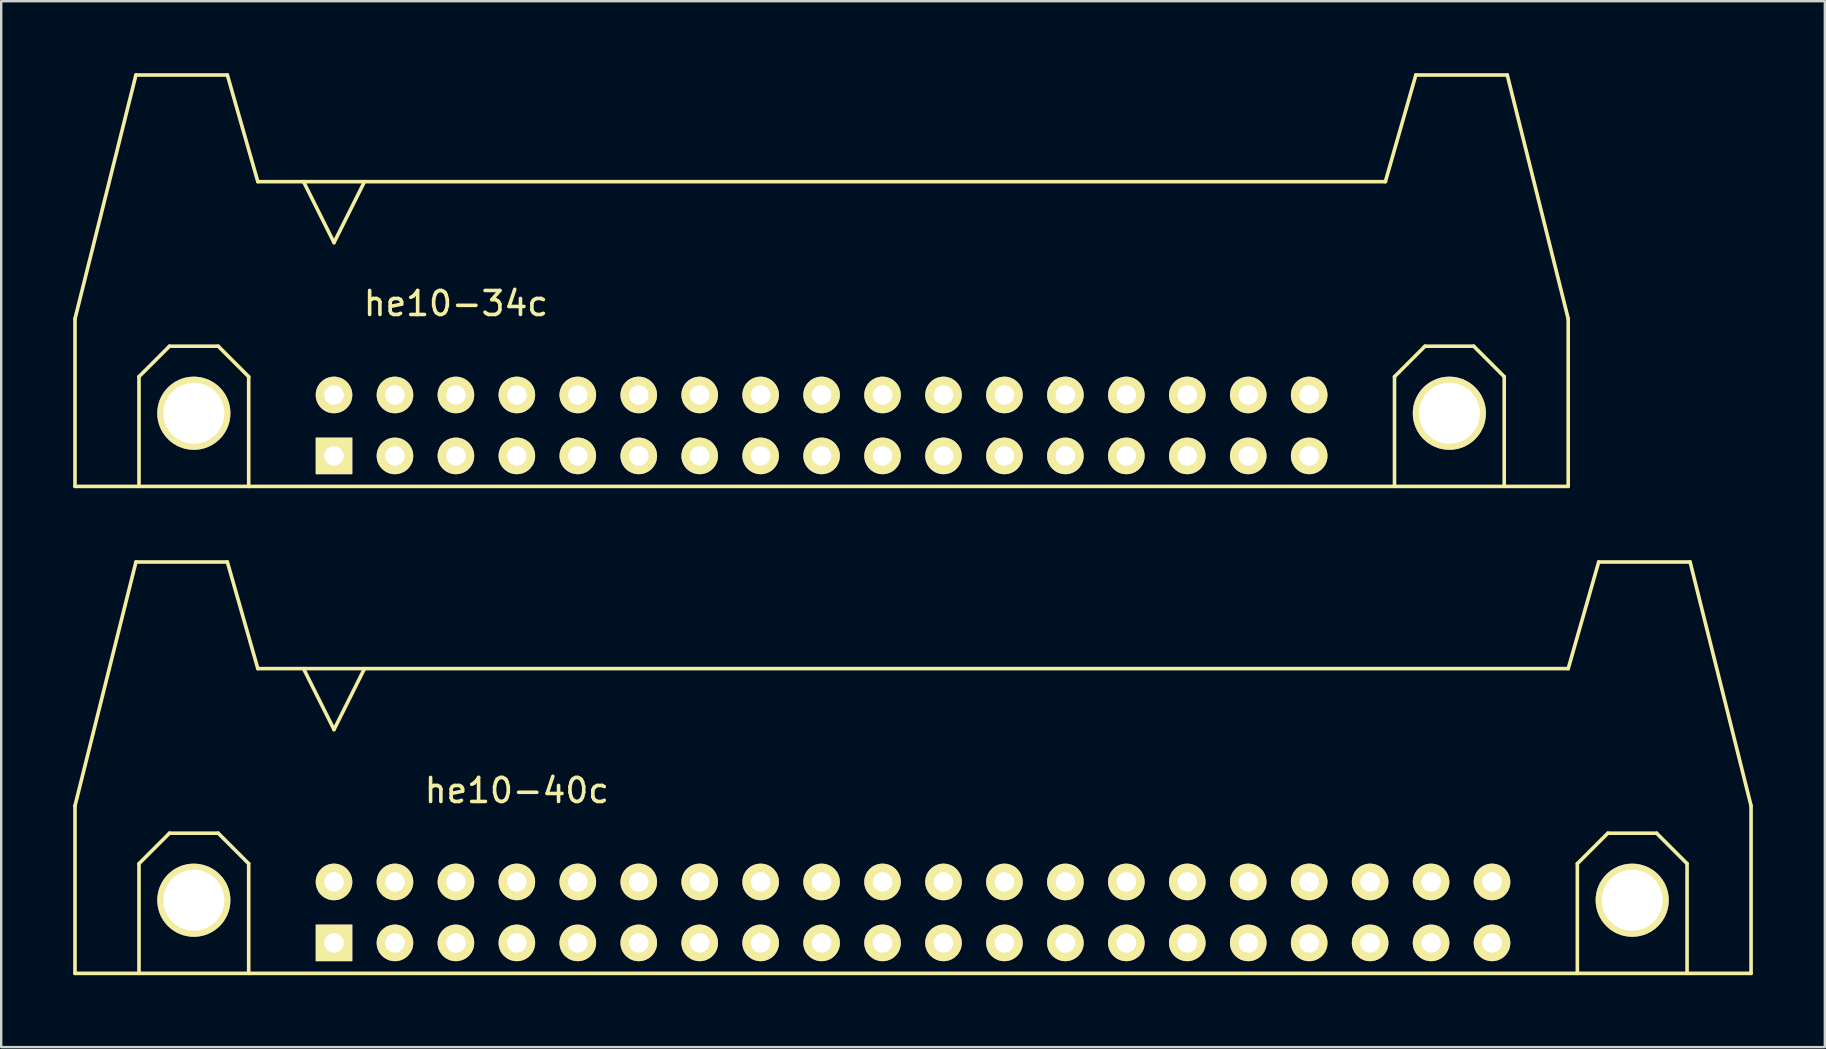
<source format=kicad_pcb>
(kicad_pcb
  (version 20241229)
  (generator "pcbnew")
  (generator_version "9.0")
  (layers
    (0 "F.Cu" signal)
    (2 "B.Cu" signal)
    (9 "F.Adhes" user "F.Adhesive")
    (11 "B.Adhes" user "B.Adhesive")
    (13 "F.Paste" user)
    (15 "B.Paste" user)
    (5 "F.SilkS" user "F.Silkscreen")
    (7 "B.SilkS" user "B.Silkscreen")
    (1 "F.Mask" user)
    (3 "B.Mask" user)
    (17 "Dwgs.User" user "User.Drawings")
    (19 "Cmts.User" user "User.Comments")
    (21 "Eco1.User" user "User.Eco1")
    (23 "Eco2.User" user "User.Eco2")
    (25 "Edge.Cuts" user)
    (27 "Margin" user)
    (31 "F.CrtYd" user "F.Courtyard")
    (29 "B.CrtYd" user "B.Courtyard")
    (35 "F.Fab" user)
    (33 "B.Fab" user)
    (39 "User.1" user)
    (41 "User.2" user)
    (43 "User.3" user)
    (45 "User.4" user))
  (footprint "he10-34c"
    (layer "F.Cu")
    (at 31.19 14.68)
    (property "Reference" "he10-34c" (at -15.24 -5.08 0) (layer "F.SilkS") (effects (font (size 1 1) (thickness 0.15))))
    (attr through_hole)
    (fp_line (start -31.115 -4.445) (end -31.115 2.54) (stroke (width 0.15) (type solid)) (layer "F.SilkS"))
    (fp_line (start -31.115 2.54) (end 31.115 2.54) (stroke (width 0.15) (type solid)) (layer "F.SilkS"))
    (fp_line (start -28.575 -14.605) (end -31.115 -4.445) (stroke (width 0.15) (type solid)) (layer "F.SilkS"))
    (fp_line (start -28.575 -14.605) (end -24.765 -14.605) (stroke (width 0.15) (type solid)) (layer "F.SilkS"))
    (fp_line (start -28.448 -2.032) (end -27.178 -3.302) (stroke (width 0.15) (type solid)) (layer "F.SilkS"))
    (fp_line (start -28.448 2.54) (end -28.448 -2.032) (stroke (width 0.15) (type solid)) (layer "F.SilkS"))
    (fp_line (start -27.178 -3.302) (end -25.146 -3.302) (stroke (width 0.15) (type solid)) (layer "F.SilkS"))
    (fp_line (start -25.146 -3.302) (end -23.876 -2.032) (stroke (width 0.15) (type solid)) (layer "F.SilkS"))
    (fp_line (start -24.765 -14.605) (end -23.495 -10.16) (stroke (width 0.15) (type solid)) (layer "F.SilkS"))
    (fp_line (start -23.876 2.54) (end -23.876 -2.032) (stroke (width 0.15) (type solid)) (layer "F.SilkS"))
    (fp_line (start -23.495 -10.16) (end 23.495 -10.16) (stroke (width 0.15) (type solid)) (layer "F.SilkS"))
    (fp_line (start -21.59 -10.16) (end -20.32 -7.62) (stroke (width 0.15) (type solid)) (layer "F.SilkS"))
    (fp_line (start -20.32 -7.62) (end -19.05 -10.16) (stroke (width 0.15) (type solid)) (layer "F.SilkS"))
    (fp_line (start 23.876 -2.032) (end 25.146 -3.302) (stroke (width 0.15) (type solid)) (layer "F.SilkS"))
    (fp_line (start 23.876 2.54) (end 23.876 -2.032) (stroke (width 0.15) (type solid)) (layer "F.SilkS"))
    (fp_line (start 24.765 -14.605) (end 23.495 -10.16) (stroke (width 0.15) (type solid)) (layer "F.SilkS"))
    (fp_line (start 25.146 -3.302) (end 27.178 -3.302) (stroke (width 0.15) (type solid)) (layer "F.SilkS"))
    (fp_line (start 27.178 -3.302) (end 28.448 -2.032) (stroke (width 0.15) (type solid)) (layer "F.SilkS"))
    (fp_line (start 28.448 -2.032) (end 28.448 2.54) (stroke (width 0.15) (type solid)) (layer "F.SilkS"))
    (fp_line (start 28.575 -14.605) (end 24.765 -14.605) (stroke (width 0.15) (type solid)) (layer "F.SilkS"))
    (fp_line (start 31.115 -4.445) (end 28.575 -14.605) (stroke (width 0.15) (type solid)) (layer "F.SilkS"))
    (fp_line (start 31.115 2.54) (end 31.115 -4.445) (stroke (width 0.15) (type solid)) (layer "F.SilkS"))
    (pad "0" thru_hole circle (at -26.162 -0.508) (size 3.048 3.048) (drill 2.54) (layers "*.Cu" "*.Mask" "F.SilkS"))
    (pad "0" thru_hole circle (at 26.162 -0.508) (size 3.048 3.048) (drill 2.54) (layers "*.Cu" "*.Mask" "F.SilkS"))
    (pad "1" thru_hole rect (at -20.32 1.27) (size 1.524 1.524) (drill 0.813) (layers "*.Cu" "*.Mask" "F.SilkS"))
    (pad "2" thru_hole circle (at -20.32 -1.27) (size 1.524 1.524) (drill 0.813) (layers "*.Cu" "*.Mask" "F.SilkS"))
    (pad "3" thru_hole circle (at -17.78 1.27) (size 1.524 1.524) (drill 0.813) (layers "*.Cu" "*.Mask" "F.SilkS"))
    (pad "4" thru_hole circle (at -17.78 -1.27) (size 1.524 1.524) (drill 0.813) (layers "*.Cu" "*.Mask" "F.SilkS"))
    (pad "5" thru_hole circle (at -15.24 1.27) (size 1.524 1.524) (drill 0.813) (layers "*.Cu" "*.Mask" "F.SilkS"))
    (pad "6" thru_hole circle (at -15.24 -1.27) (size 1.524 1.524) (drill 0.813) (layers "*.Cu" "*.Mask" "F.SilkS"))
    (pad "7" thru_hole circle (at -12.7 1.27) (size 1.524 1.524) (drill 0.813) (layers "*.Cu" "*.Mask" "F.SilkS"))
    (pad "8" thru_hole circle (at -12.7 -1.27) (size 1.524 1.524) (drill 0.813) (layers "*.Cu" "*.Mask" "F.SilkS"))
    (pad "9" thru_hole circle (at -10.16 1.27) (size 1.524 1.524) (drill 0.813) (layers "*.Cu" "*.Mask" "F.SilkS"))
    (pad "10" thru_hole circle (at -10.16 -1.27) (size 1.524 1.524) (drill 0.813) (layers "*.Cu" "*.Mask" "F.SilkS"))
    (pad "11" thru_hole circle (at -7.62 1.27) (size 1.524 1.524) (drill 0.813) (layers "*.Cu" "*.Mask" "F.SilkS"))
    (pad "12" thru_hole circle (at -7.62 -1.27) (size 1.524 1.524) (drill 0.813) (layers "*.Cu" "*.Mask" "F.SilkS"))
    (pad "13" thru_hole circle (at -5.08 1.27) (size 1.524 1.524) (drill 0.813) (layers "*.Cu" "*.Mask" "F.SilkS"))
    (pad "14" thru_hole circle (at -5.08 -1.27) (size 1.524 1.524) (drill 0.813) (layers "*.Cu" "*.Mask" "F.SilkS"))
    (pad "15" thru_hole circle (at -2.54 1.27) (size 1.524 1.524) (drill 0.813) (layers "*.Cu" "*.Mask" "F.SilkS"))
    (pad "16" thru_hole circle (at -2.54 -1.27) (size 1.524 1.524) (drill 0.813) (layers "*.Cu" "*.Mask" "F.SilkS"))
    (pad "17" thru_hole circle (at 0 1.27) (size 1.524 1.524) (drill 0.813) (layers "*.Cu" "*.Mask" "F.SilkS"))
    (pad "18" thru_hole circle (at 0 -1.27) (size 1.524 1.524) (drill 0.813) (layers "*.Cu" "*.Mask" "F.SilkS"))
    (pad "19" thru_hole circle (at 2.54 1.27) (size 1.524 1.524) (drill 0.813) (layers "*.Cu" "*.Mask" "F.SilkS"))
    (pad "20" thru_hole circle (at 2.54 -1.27) (size 1.524 1.524) (drill 0.813) (layers "*.Cu" "*.Mask" "F.SilkS"))
    (pad "21" thru_hole circle (at 5.08 1.27) (size 1.524 1.524) (drill 0.813) (layers "*.Cu" "*.Mask" "F.SilkS"))
    (pad "22" thru_hole circle (at 5.08 -1.27) (size 1.524 1.524) (drill 0.813) (layers "*.Cu" "*.Mask" "F.SilkS"))
    (pad "23" thru_hole circle (at 7.62 1.27) (size 1.524 1.524) (drill 0.813) (layers "*.Cu" "*.Mask" "F.SilkS"))
    (pad "24" thru_hole circle (at 7.62 -1.27) (size 1.524 1.524) (drill 0.813) (layers "*.Cu" "*.Mask" "F.SilkS"))
    (pad "25" thru_hole circle (at 10.16 1.27) (size 1.524 1.524) (drill 0.813) (layers "*.Cu" "*.Mask" "F.SilkS"))
    (pad "26" thru_hole circle (at 10.16 -1.27) (size 1.524 1.524) (drill 0.813) (layers "*.Cu" "*.Mask" "F.SilkS"))
    (pad "27" thru_hole circle (at 12.7 1.27) (size 1.524 1.524) (drill 0.813) (layers "*.Cu" "*.Mask" "F.SilkS"))
    (pad "28" thru_hole circle (at 12.7 -1.27) (size 1.524 1.524) (drill 0.813) (layers "*.Cu" "*.Mask" "F.SilkS"))
    (pad "29" thru_hole circle (at 15.24 1.27) (size 1.524 1.524) (drill 0.813) (layers "*.Cu" "*.Mask" "F.SilkS"))
    (pad "30" thru_hole circle (at 15.24 -1.27) (size 1.524 1.524) (drill 0.813) (layers "*.Cu" "*.Mask" "F.SilkS"))
    (pad "31" thru_hole circle (at 17.78 1.27) (size 1.524 1.524) (drill 0.813) (layers "*.Cu" "*.Mask" "F.SilkS"))
    (pad "32" thru_hole circle (at 17.78 -1.27) (size 1.524 1.524) (drill 0.813) (layers "*.Cu" "*.Mask" "F.SilkS"))
    (pad "33" thru_hole circle (at 20.32 1.27) (size 1.524 1.524) (drill 0.813) (layers "*.Cu" "*.Mask" "F.SilkS"))
    (pad "34" thru_hole circle (at 20.32 -1.27) (size 1.524 1.524) (drill 0.813) (layers "*.Cu" "*.Mask" "F.SilkS")))
  (footprint "he10-40c"
    (layer "F.Cu")
    (at 35 34.975)
    (property "Reference" "he10-40c" (at -16.51 -5.08 0) (layer "F.SilkS") (effects (font (size 1 1) (thickness 0.15))))
    (attr through_hole)
    (fp_line (start -34.925 -4.445) (end -34.925 2.54) (stroke (width 0.15) (type solid)) (layer "F.SilkS"))
    (fp_line (start -34.925 2.54) (end 34.925 2.54) (stroke (width 0.15) (type solid)) (layer "F.SilkS"))
    (fp_line (start -32.385 -14.605) (end -34.925 -4.445) (stroke (width 0.15) (type solid)) (layer "F.SilkS"))
    (fp_line (start -32.385 -14.605) (end -28.575 -14.605) (stroke (width 0.15) (type solid)) (layer "F.SilkS"))
    (fp_line (start -32.258 -2.032) (end -30.988 -3.302) (stroke (width 0.15) (type solid)) (layer "F.SilkS"))
    (fp_line (start -32.258 2.54) (end -32.258 -2.032) (stroke (width 0.15) (type solid)) (layer "F.SilkS"))
    (fp_line (start -30.988 -3.302) (end -28.956 -3.302) (stroke (width 0.15) (type solid)) (layer "F.SilkS"))
    (fp_line (start -28.956 -3.302) (end -27.686 -2.032) (stroke (width 0.15) (type solid)) (layer "F.SilkS"))
    (fp_line (start -28.575 -14.605) (end -27.305 -10.16) (stroke (width 0.15) (type solid)) (layer "F.SilkS"))
    (fp_line (start -27.686 -2.032) (end -27.686 2.54) (stroke (width 0.15) (type solid)) (layer "F.SilkS"))
    (fp_line (start -25.4 -10.16) (end -24.13 -7.62) (stroke (width 0.15) (type solid)) (layer "F.SilkS"))
    (fp_line (start -24.13 -7.62) (end -22.86 -10.16) (stroke (width 0.15) (type solid)) (layer "F.SilkS"))
    (fp_line (start 27.305 -10.16) (end -27.305 -10.16) (stroke (width 0.15) (type solid)) (layer "F.SilkS"))
    (fp_line (start 27.686 -2.032) (end 28.956 -3.302) (stroke (width 0.15) (type solid)) (layer "F.SilkS"))
    (fp_line (start 27.686 2.54) (end 27.686 -2.032) (stroke (width 0.15) (type solid)) (layer "F.SilkS"))
    (fp_line (start 28.575 -14.605) (end 27.305 -10.16) (stroke (width 0.15) (type solid)) (layer "F.SilkS"))
    (fp_line (start 28.956 -3.302) (end 30.988 -3.302) (stroke (width 0.15) (type solid)) (layer "F.SilkS"))
    (fp_line (start 30.988 -3.302) (end 32.258 -2.032) (stroke (width 0.15) (type solid)) (layer "F.SilkS"))
    (fp_line (start 32.258 -2.032) (end 32.258 2.54) (stroke (width 0.15) (type solid)) (layer "F.SilkS"))
    (fp_line (start 32.385 -14.605) (end 28.575 -14.605) (stroke (width 0.15) (type solid)) (layer "F.SilkS"))
    (fp_line (start 34.925 -4.445) (end 32.385 -14.605) (stroke (width 0.15) (type solid)) (layer "F.SilkS"))
    (fp_line (start 34.925 2.54) (end 34.925 -4.445) (stroke (width 0.15) (type solid)) (layer "F.SilkS"))
    (pad "0" thru_hole circle (at -29.972 -0.508) (size 3.048 3.048) (drill 2.54) (layers "*.Cu" "*.Mask" "F.SilkS"))
    (pad "0" thru_hole circle (at 29.972 -0.508) (size 3.048 3.048) (drill 2.54) (layers "*.Cu" "*.Mask" "F.SilkS"))
    (pad "1" thru_hole rect (at -24.13 1.27) (size 1.524 1.524) (drill 0.813) (layers "*.Cu" "*.Mask" "F.SilkS"))
    (pad "2" thru_hole circle (at -24.13 -1.27) (size 1.524 1.524) (drill 0.813) (layers "*.Cu" "*.Mask" "F.SilkS"))
    (pad "3" thru_hole circle (at -21.59 1.27) (size 1.524 1.524) (drill 0.813) (layers "*.Cu" "*.Mask" "F.SilkS"))
    (pad "4" thru_hole circle (at -21.59 -1.27) (size 1.524 1.524) (drill 0.813) (layers "*.Cu" "*.Mask" "F.SilkS"))
    (pad "5" thru_hole circle (at -19.05 1.27) (size 1.524 1.524) (drill 0.813) (layers "*.Cu" "*.Mask" "F.SilkS"))
    (pad "6" thru_hole circle (at -19.05 -1.27) (size 1.524 1.524) (drill 0.813) (layers "*.Cu" "*.Mask" "F.SilkS"))
    (pad "7" thru_hole circle (at -16.51 1.27) (size 1.524 1.524) (drill 0.813) (layers "*.Cu" "*.Mask" "F.SilkS"))
    (pad "8" thru_hole circle (at -16.51 -1.27) (size 1.524 1.524) (drill 0.813) (layers "*.Cu" "*.Mask" "F.SilkS"))
    (pad "9" thru_hole circle (at -13.97 1.27) (size 1.524 1.524) (drill 0.813) (layers "*.Cu" "*.Mask" "F.SilkS"))
    (pad "10" thru_hole circle (at -13.97 -1.27) (size 1.524 1.524) (drill 0.813) (layers "*.Cu" "*.Mask" "F.SilkS"))
    (pad "11" thru_hole circle (at -11.43 1.27) (size 1.524 1.524) (drill 0.813) (layers "*.Cu" "*.Mask" "F.SilkS"))
    (pad "12" thru_hole circle (at -11.43 -1.27) (size 1.524 1.524) (drill 0.813) (layers "*.Cu" "*.Mask" "F.SilkS"))
    (pad "13" thru_hole circle (at -8.89 1.27) (size 1.524 1.524) (drill 0.813) (layers "*.Cu" "*.Mask" "F.SilkS"))
    (pad "14" thru_hole circle (at -8.89 -1.27) (size 1.524 1.524) (drill 0.813) (layers "*.Cu" "*.Mask" "F.SilkS"))
    (pad "15" thru_hole circle (at -6.35 1.27) (size 1.524 1.524) (drill 0.813) (layers "*.Cu" "*.Mask" "F.SilkS"))
    (pad "16" thru_hole circle (at -6.35 -1.27) (size 1.524 1.524) (drill 0.813) (layers "*.Cu" "*.Mask" "F.SilkS"))
    (pad "17" thru_hole circle (at -3.81 1.27) (size 1.524 1.524) (drill 0.813) (layers "*.Cu" "*.Mask" "F.SilkS"))
    (pad "18" thru_hole circle (at -3.81 -1.27) (size 1.524 1.524) (drill 0.813) (layers "*.Cu" "*.Mask" "F.SilkS"))
    (pad "19" thru_hole circle (at -1.27 1.27) (size 1.524 1.524) (drill 0.813) (layers "*.Cu" "*.Mask" "F.SilkS"))
    (pad "20" thru_hole circle (at -1.27 -1.27) (size 1.524 1.524) (drill 0.813) (layers "*.Cu" "*.Mask" "F.SilkS"))
    (pad "21" thru_hole circle (at 1.27 1.27) (size 1.524 1.524) (drill 0.813) (layers "*.Cu" "*.Mask" "F.SilkS"))
    (pad "22" thru_hole circle (at 1.27 -1.27) (size 1.524 1.524) (drill 0.813) (layers "*.Cu" "*.Mask" "F.SilkS"))
    (pad "23" thru_hole circle (at 3.81 1.27) (size 1.524 1.524) (drill 0.813) (layers "*.Cu" "*.Mask" "F.SilkS"))
    (pad "24" thru_hole circle (at 3.81 -1.27) (size 1.524 1.524) (drill 0.813) (layers "*.Cu" "*.Mask" "F.SilkS"))
    (pad "25" thru_hole circle (at 6.35 1.27) (size 1.524 1.524) (drill 0.813) (layers "*.Cu" "*.Mask" "F.SilkS"))
    (pad "26" thru_hole circle (at 6.35 -1.27) (size 1.524 1.524) (drill 0.813) (layers "*.Cu" "*.Mask" "F.SilkS"))
    (pad "27" thru_hole circle (at 8.89 1.27) (size 1.524 1.524) (drill 0.813) (layers "*.Cu" "*.Mask" "F.SilkS"))
    (pad "28" thru_hole circle (at 8.89 -1.27) (size 1.524 1.524) (drill 0.813) (layers "*.Cu" "*.Mask" "F.SilkS"))
    (pad "29" thru_hole circle (at 11.43 1.27) (size 1.524 1.524) (drill 0.813) (layers "*.Cu" "*.Mask" "F.SilkS"))
    (pad "30" thru_hole circle (at 11.43 -1.27) (size 1.524 1.524) (drill 0.813) (layers "*.Cu" "*.Mask" "F.SilkS"))
    (pad "31" thru_hole circle (at 13.97 1.27) (size 1.524 1.524) (drill 0.813) (layers "*.Cu" "*.Mask" "F.SilkS"))
    (pad "32" thru_hole circle (at 13.97 -1.27) (size 1.524 1.524) (drill 0.813) (layers "*.Cu" "*.Mask" "F.SilkS"))
    (pad "33" thru_hole circle (at 16.51 1.27) (size 1.524 1.524) (drill 0.813) (layers "*.Cu" "*.Mask" "F.SilkS"))
    (pad "34" thru_hole circle (at 16.51 -1.27) (size 1.524 1.524) (drill 0.813) (layers "*.Cu" "*.Mask" "F.SilkS"))
    (pad "35" thru_hole circle (at 19.05 1.27) (size 1.524 1.524) (drill 0.813) (layers "*.Cu" "*.Mask" "F.SilkS"))
    (pad "36" thru_hole circle (at 19.05 -1.27) (size 1.524 1.524) (drill 0.813) (layers "*.Cu" "*.Mask" "F.SilkS"))
    (pad "37" thru_hole circle (at 21.59 1.27) (size 1.524 1.524) (drill 0.813) (layers "*.Cu" "*.Mask" "F.SilkS"))
    (pad "38" thru_hole circle (at 21.59 -1.27) (size 1.524 1.524) (drill 0.813) (layers "*.Cu" "*.Mask" "F.SilkS"))
    (pad "39" thru_hole circle (at 24.13 1.27) (size 1.524 1.524) (drill 0.813) (layers "*.Cu" "*.Mask" "F.SilkS"))
    (pad "40" thru_hole circle (at 24.13 -1.27) (size 1.524 1.524) (drill 0.813) (layers "*.Cu" "*.Mask" "F.SilkS")))
  (gr_rect
    (start -3 -3)
    (end 73 40.59)
    (stroke (width 0.1) (type default))
    (fill no)
    (layer "Edge.Cuts")))
</source>
